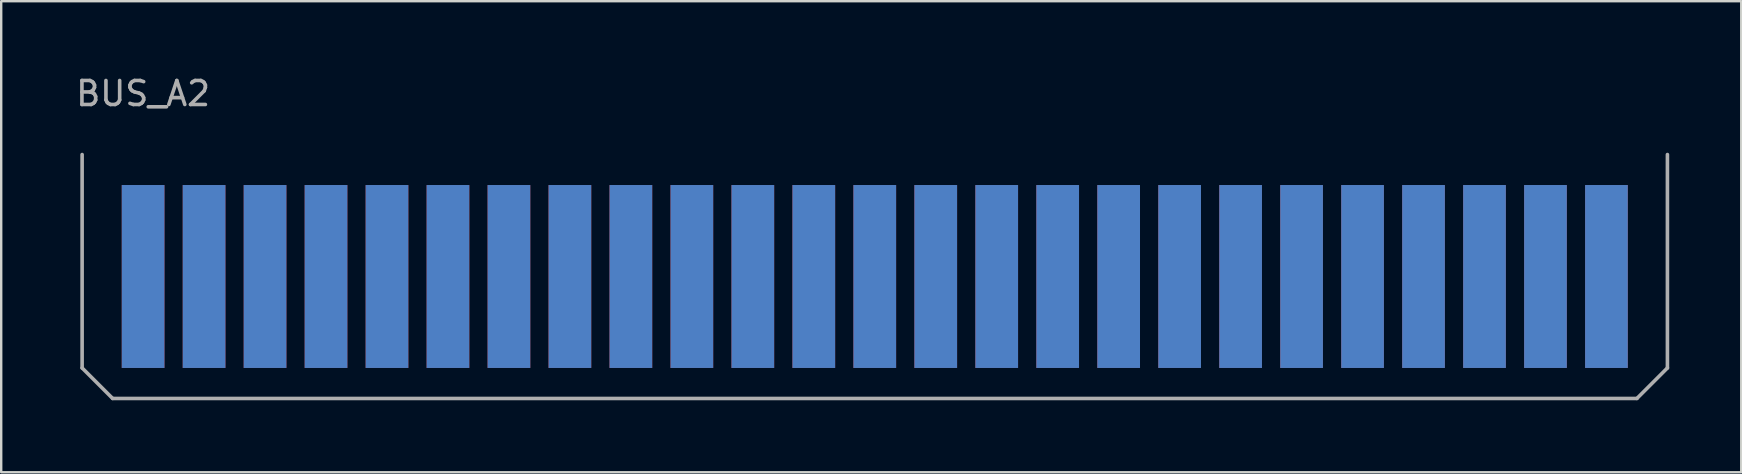
<source format=kicad_pcb>
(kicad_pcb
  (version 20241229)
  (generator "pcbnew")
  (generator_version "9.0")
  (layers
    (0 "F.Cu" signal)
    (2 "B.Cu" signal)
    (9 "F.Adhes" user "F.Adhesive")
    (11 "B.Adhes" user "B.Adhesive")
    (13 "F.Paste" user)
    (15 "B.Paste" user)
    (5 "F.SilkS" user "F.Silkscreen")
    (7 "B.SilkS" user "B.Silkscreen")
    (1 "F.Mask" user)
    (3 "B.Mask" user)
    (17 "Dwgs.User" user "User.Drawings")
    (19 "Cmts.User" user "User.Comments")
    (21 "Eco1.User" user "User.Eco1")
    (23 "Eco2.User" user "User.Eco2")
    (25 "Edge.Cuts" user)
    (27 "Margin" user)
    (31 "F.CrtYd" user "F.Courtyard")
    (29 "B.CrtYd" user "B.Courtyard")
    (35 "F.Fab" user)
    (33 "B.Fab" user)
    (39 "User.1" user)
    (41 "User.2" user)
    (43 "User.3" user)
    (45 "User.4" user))
  (footprint "BUS_A2"
    (layer "F.Cu")
    (at 25.771 8.468)
    (property "Reference" "BUS_A2" (at -22.86 -7.62 0) (layer "F.Fab") (effects (font (size 1 1) (thickness 0.15))))
    (attr through_hole)
    (fp_line (start -25.4 3.81) (end -25.4 -5.08) (stroke (width 0.15) (type solid)) (layer "F.Fab"))
    (fp_line (start -24.13 5.08) (end -25.4 3.81) (stroke (width 0.15) (type solid)) (layer "F.Fab"))
    (fp_line (start 39.37 5.08) (end -24.13 5.08) (stroke (width 0.15) (type solid)) (layer "F.Fab"))
    (fp_line (start 40.64 -5.08) (end 40.64 3.81) (stroke (width 0.15) (type solid)) (layer "F.Fab"))
    (fp_line (start 40.64 3.81) (end 39.37 5.08) (stroke (width 0.15) (type solid)) (layer "F.Fab"))
    (pad "1" connect rect (at -22.86 0 180) (size 1.778 7.62) (layers "F.Cu" "F.Mask"))
    (pad "2" connect rect (at -20.32 0 180) (size 1.778 7.62) (layers "F.Cu" "F.Mask"))
    (pad "3" connect rect (at -17.78 0 180) (size 1.778 7.62) (layers "F.Cu" "F.Mask"))
    (pad "4" connect rect (at -15.24 0 180) (size 1.778 7.62) (layers "F.Cu" "F.Mask"))
    (pad "5" connect rect (at -12.7 0 180) (size 1.778 7.62) (layers "F.Cu" "F.Mask"))
    (pad "6" connect rect (at -10.16 0 180) (size 1.778 7.62) (layers "F.Cu" "F.Mask"))
    (pad "7" connect rect (at -7.62 0 180) (size 1.778 7.62) (layers "F.Cu" "F.Mask"))
    (pad "8" connect rect (at -5.08 0 180) (size 1.778 7.62) (layers "F.Cu" "F.Mask"))
    (pad "9" connect rect (at -2.54 0 180) (size 1.778 7.62) (layers "F.Cu" "F.Mask"))
    (pad "10" connect rect (at 0 0 180) (size 1.778 7.62) (layers "F.Cu" "F.Mask"))
    (pad "11" connect rect (at 2.54 0 180) (size 1.778 7.62) (layers "F.Cu" "F.Mask"))
    (pad "12" connect rect (at 5.08 0 180) (size 1.778 7.62) (layers "F.Cu" "F.Mask"))
    (pad "13" connect rect (at 7.62 0 180) (size 1.778 7.62) (layers "F.Cu" "F.Mask"))
    (pad "14" connect rect (at 10.16 0 180) (size 1.778 7.62) (layers "F.Cu" "F.Mask"))
    (pad "15" connect rect (at 12.7 0 180) (size 1.778 7.62) (layers "F.Cu" "F.Mask"))
    (pad "16" connect rect (at 15.24 0 180) (size 1.778 7.62) (layers "F.Cu" "F.Mask"))
    (pad "17" connect rect (at 17.78 0 180) (size 1.778 7.62) (layers "F.Cu" "F.Mask"))
    (pad "18" connect rect (at 20.32 0 180) (size 1.778 7.62) (layers "F.Cu" "F.Mask"))
    (pad "19" connect rect (at 22.86 0 180) (size 1.778 7.62) (layers "F.Cu" "F.Mask"))
    (pad "20" connect rect (at 25.4 0 180) (size 1.778 7.62) (layers "F.Cu" "F.Mask"))
    (pad "21" connect rect (at 27.94 0 180) (size 1.778 7.62) (layers "F.Cu" "F.Mask"))
    (pad "22" connect rect (at 30.48 0 180) (size 1.778 7.62) (layers "F.Cu" "F.Mask"))
    (pad "23" connect rect (at 33.02 0 180) (size 1.778 7.62) (layers "F.Cu" "F.Mask"))
    (pad "24" connect rect (at 35.56 0 180) (size 1.778 7.62) (layers "F.Cu" "F.Mask"))
    (pad "25" connect rect (at 38.1 0 180) (size 1.778 7.62) (layers "F.Cu" "F.Mask"))
    (pad "26" connect rect (at 38.1 0 180) (size 1.778 7.62) (layers "B.Cu" "B.Mask"))
    (pad "27" connect rect (at 35.56 0 180) (size 1.778 7.62) (layers "B.Cu" "B.Mask"))
    (pad "28" connect rect (at 33.02 0 180) (size 1.778 7.62) (layers "B.Cu" "B.Mask"))
    (pad "29" connect rect (at 30.48 0 180) (size 1.778 7.62) (layers "B.Cu" "B.Mask"))
    (pad "30" connect rect (at 27.94 0 180) (size 1.778 7.62) (layers "B.Cu" "B.Mask"))
    (pad "31" connect rect (at 25.4 0 180) (size 1.778 7.62) (layers "B.Cu" "B.Mask"))
    (pad "32" connect rect (at 22.86 0 180) (size 1.778 7.62) (layers "B.Cu" "B.Mask"))
    (pad "33" connect rect (at 20.32 0 180) (size 1.778 7.62) (layers "B.Cu" "B.Mask"))
    (pad "34" connect rect (at 17.78 0 180) (size 1.778 7.62) (layers "B.Cu" "B.Mask"))
    (pad "35" connect rect (at 15.24 0 180) (size 1.778 7.62) (layers "B.Cu" "B.Mask"))
    (pad "36" connect rect (at 12.7 0 180) (size 1.778 7.62) (layers "B.Cu" "B.Mask"))
    (pad "37" connect rect (at 10.16 0 180) (size 1.778 7.62) (layers "B.Cu" "B.Mask"))
    (pad "38" connect rect (at 7.62 0 180) (size 1.778 7.62) (layers "B.Cu" "B.Mask"))
    (pad "39" connect rect (at 5.08 0 180) (size 1.778 7.62) (layers "B.Cu" "B.Mask"))
    (pad "40" connect rect (at 2.54 0 180) (size 1.778 7.62) (layers "B.Cu" "B.Mask"))
    (pad "41" connect rect (at 0 0 180) (size 1.778 7.62) (layers "B.Cu" "B.Mask"))
    (pad "42" connect rect (at -2.54 0 180) (size 1.778 7.62) (layers "B.Cu" "B.Mask"))
    (pad "43" connect rect (at -5.08 0 180) (size 1.778 7.62) (layers "B.Cu" "B.Mask"))
    (pad "44" connect rect (at -7.62 0 180) (size 1.778 7.62) (layers "B.Cu" "B.Mask"))
    (pad "45" connect rect (at -10.16 0 180) (size 1.778 7.62) (layers "B.Cu" "B.Mask"))
    (pad "46" connect rect (at -12.7 0 180) (size 1.778 7.62) (layers "B.Cu" "B.Mask"))
    (pad "47" connect rect (at -15.24 0 180) (size 1.778 7.62) (layers "B.Cu" "B.Mask"))
    (pad "48" connect rect (at -17.78 0 180) (size 1.778 7.62) (layers "B.Cu" "B.Mask"))
    (pad "49" connect rect (at -20.32 0 180) (size 1.778 7.62) (layers "B.Cu" "B.Mask"))
    (pad "50" connect rect (at -22.86 0 180) (size 1.778 7.62) (layers "B.Cu" "B.Mask")))
  (gr_rect
    (start -3 -3)
    (end 69.486 16.623)
    (stroke (width 0.1) (type default))
    (fill no)
    (layer "Edge.Cuts")))
</source>
